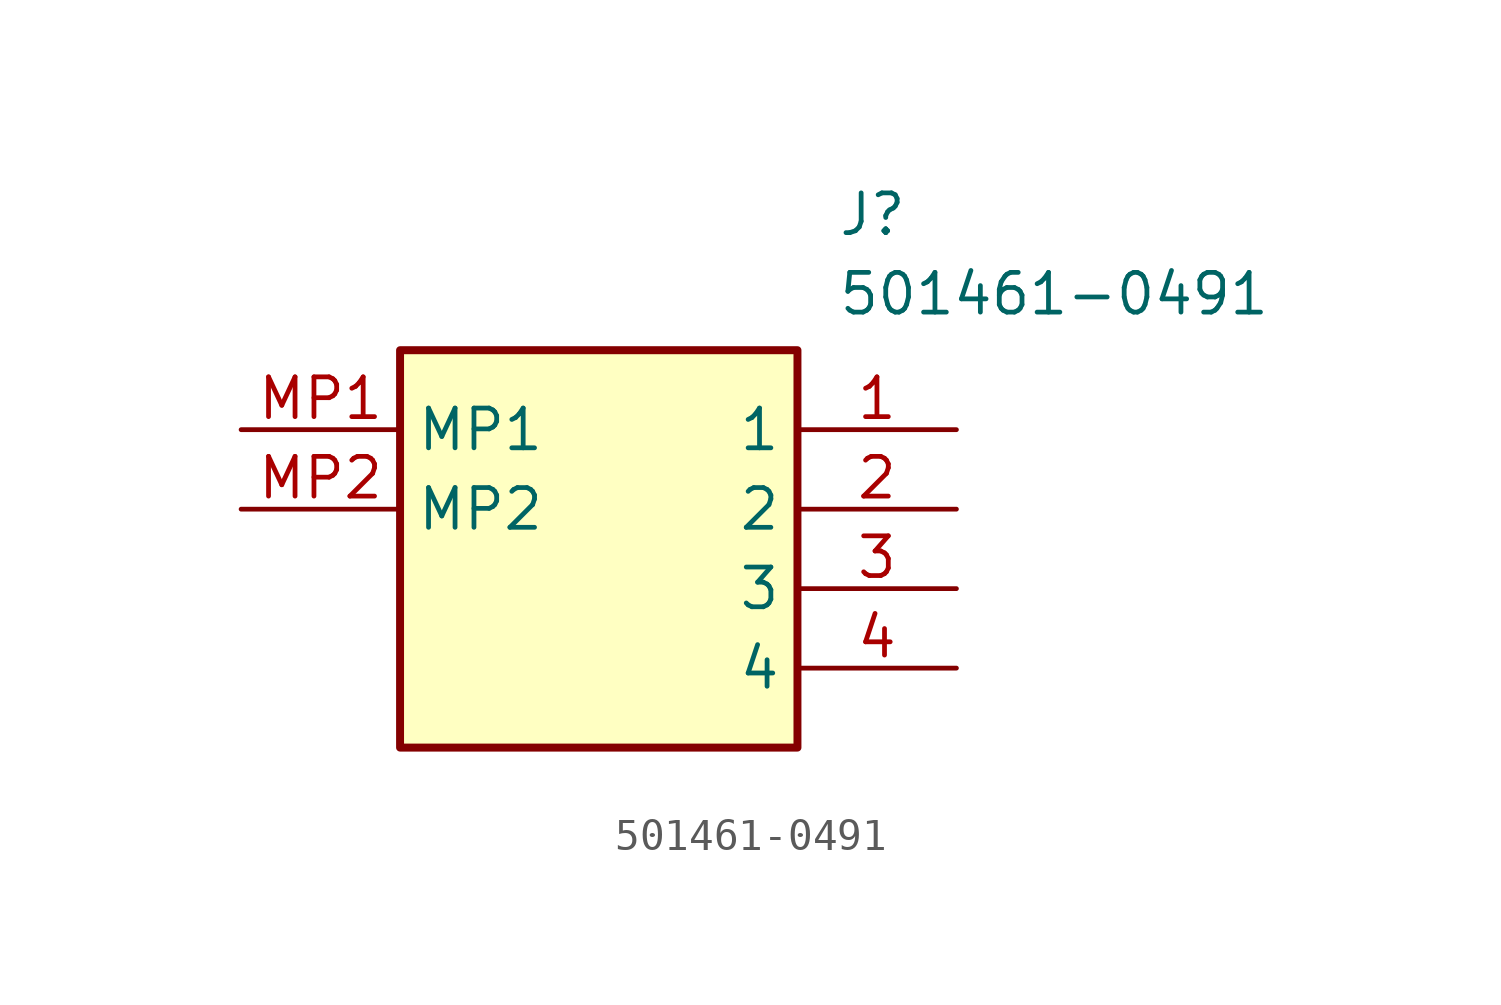
<source format=kicad_sym>
(kicad_symbol_lib
  (version 20211014)
  (generator SamacSys_ECAD_Model)
  (symbol "501461-0491"
    (property "Reference" "J"
      (at 19.05 7.62 0)
      (effects (font (size 1.27 1.27)) (justify left top)))
    (property "Value" "501461-0491"
      (at 19.05 5.08 0)
      (effects (font (size 1.27 1.27)) (justify left top)))
    (rectangle
      (start 5.08 2.54)
      (end 17.78 -10.16)
      (stroke (width 0.254) (type default))
      (fill (type background)))
    (pin passive line
      (at 22.86 0 180)
      (length 5.08)
      (name "1" (effects (font (size 1.27 1.27))))
      (number "1" (effects (font (size 1.27 1.27)))))
    (pin passive line
      (at 22.86 -2.54 180)
      (length 5.08)
      (name "2" (effects (font (size 1.27 1.27))))
      (number "2" (effects (font (size 1.27 1.27)))))
    (pin passive line
      (at 22.86 -5.08 180)
      (length 5.08)
      (name "3" (effects (font (size 1.27 1.27))))
      (number "3" (effects (font (size 1.27 1.27)))))
    (pin passive line
      (at 22.86 -7.62 180)
      (length 5.08)
      (name "4" (effects (font (size 1.27 1.27))))
      (number "4" (effects (font (size 1.27 1.27)))))
    (pin passive line
      (at 0 0 0)
      (length 5.08)
      (name "MP1" (effects (font (size 1.27 1.27))))
      (number "MP1" (effects (font (size 1.27 1.27)))))
    (pin passive line
      (at 0 -2.54 0)
      (length 5.08)
      (name "MP2" (effects (font (size 1.27 1.27))))
      (number "MP2" (effects (font (size 1.27 1.27)))))))
</source>
